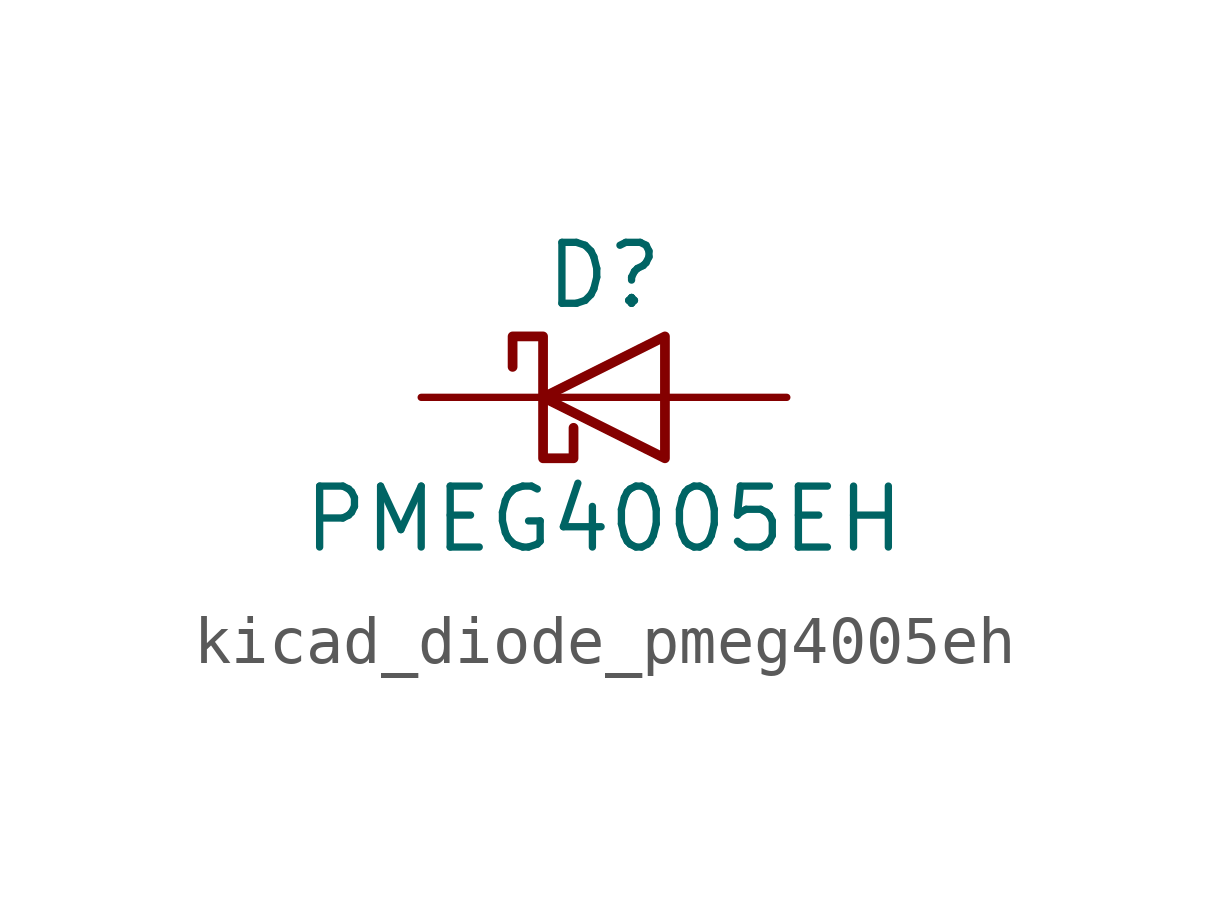
<source format=kicad_sym>
(kicad_symbol_lib
  (version 20220914)
  (generator kicad_symbol_editor)
  (symbol "kicad_diode_pmeg4005eh"
    (pin_numbers hide)
    (pin_names hide)
    (property "Reference" "D"
      (at 0 2.54 0)
      (effects (font (size 1.27 1.27))))
    (property "Value" "PMEG4005EH"
      (at 0 -2.54 0)
      (effects (font (size 1.27 1.27))))
    (symbol "kicad_diode_pmeg4005eh_0_1"
      (polyline (pts (xy 1.27 0) (xy -1.27 0)) (stroke (width 0) (type default)) (fill (type none)))
      (polyline (pts (xy 1.27 1.27) (xy 1.27 -1.27) (xy -1.27 0) (xy 1.27 1.27)) (stroke (width 0.203) (type default)) (fill (type none)))
      (polyline (pts (xy -1.905 0.635) (xy -1.905 1.27) (xy -1.27 1.27) (xy -1.27 -1.27) (xy -0.635 -1.27) (xy -0.635 -0.635)) (stroke (width 0.203) (type default)) (fill (type none))))
    (symbol "kicad_diode_pmeg4005eh_1_1"
      (pin passive line (at -3.81 0 0) (length 2.54) (name "K" (effects (font (size 1.27 1.27)))) (number "1" (effects (font (size 1.27 1.27)))))
      (pin passive line (at 3.81 0 180) (length 2.54) (name "A" (effects (font (size 1.27 1.27)))) (number "2" (effects (font (size 1.27 1.27))))))))
</source>
